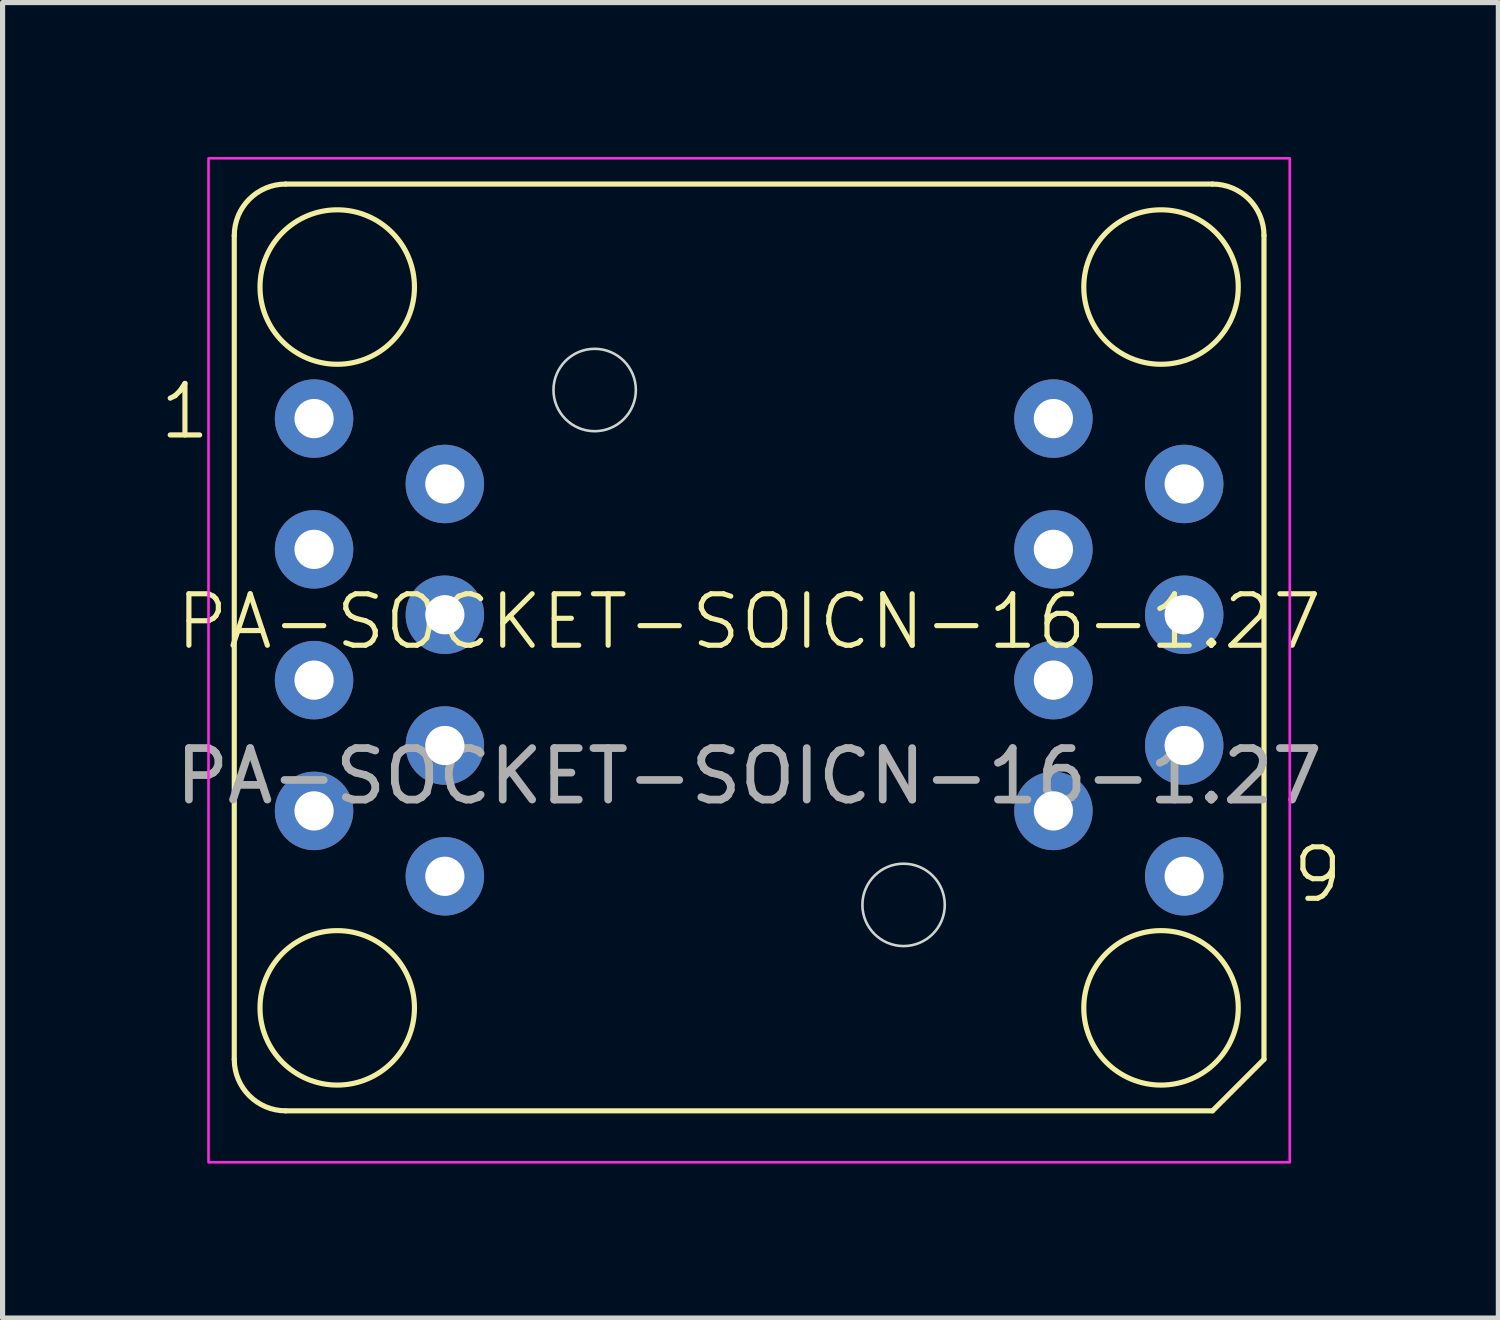
<source format=kicad_pcb>
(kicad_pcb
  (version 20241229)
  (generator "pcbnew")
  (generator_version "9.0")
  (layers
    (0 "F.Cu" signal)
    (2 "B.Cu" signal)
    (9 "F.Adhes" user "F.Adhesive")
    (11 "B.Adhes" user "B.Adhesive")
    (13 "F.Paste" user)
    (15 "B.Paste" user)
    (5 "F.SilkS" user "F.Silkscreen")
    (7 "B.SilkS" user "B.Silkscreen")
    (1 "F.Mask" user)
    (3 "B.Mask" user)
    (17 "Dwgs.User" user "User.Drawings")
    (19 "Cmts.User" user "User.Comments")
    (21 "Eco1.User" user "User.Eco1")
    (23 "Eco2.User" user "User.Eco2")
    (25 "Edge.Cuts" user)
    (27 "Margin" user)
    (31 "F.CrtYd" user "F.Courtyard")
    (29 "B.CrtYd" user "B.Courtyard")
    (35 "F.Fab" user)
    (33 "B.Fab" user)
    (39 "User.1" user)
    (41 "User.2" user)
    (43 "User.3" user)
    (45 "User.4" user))
  (footprint "PA-SOCKET-SOICN-16-1.27"
    (layer "F.Cu")
    (at 11.5 9.525)
    (property "Reference" "PA-SOCKET-SOICN-16-1.27" (at 0 -0.5 0) (unlocked yes) (layer "F.SilkS") (effects (font (size 1 1) (thickness 0.1))))
    (attr through_hole)
    (fp_line (start -10 -8) (end -10 8) (stroke (width 0.1) (type default)) (layer "F.SilkS"))
    (fp_line (start -9 -9) (end 9 -9) (stroke (width 0.1) (type default)) (layer "F.SilkS"))
    (fp_line (start -9 9) (end 9 9) (stroke (width 0.1) (type default)) (layer "F.SilkS"))
    (fp_line (start 9 9) (end 10 8) (stroke (width 0.1) (type default)) (layer "F.SilkS"))
    (fp_line (start 10 8) (end 10 -8) (stroke (width 0.1) (type default)) (layer "F.SilkS"))
    (fp_arc (start -10 -8) (mid -9.707107 -8.707107) (end -9 -9) (stroke (width 0.1) (type default)) (layer "F.SilkS"))
    (fp_arc (start -9 9) (mid -9.707107 8.707107) (end -10 8) (stroke (width 0.1) (type default)) (layer "F.SilkS"))
    (fp_arc (start 9 -9) (mid 9.707107 -8.707107) (end 10 -8) (stroke (width 0.1) (type default)) (layer "F.SilkS"))
    (fp_circle (center -8 -7) (end -6.5 -7) (stroke (width 0.1) (type default)) (fill no) (layer "F.SilkS"))
    (fp_circle (center -8 7) (end -6.5 7) (stroke (width 0.1) (type default)) (fill no) (layer "F.SilkS"))
    (fp_circle (center 8 -7) (end 9.5 -7) (stroke (width 0.1) (type default)) (fill no) (layer "F.SilkS"))
    (fp_circle (center 8 7) (end 9.5 7) (stroke (width 0.1) (type default)) (fill no) (layer "F.SilkS"))
    (fp_circle (center -3 -5) (end -2.2 -5) (stroke (width 0.05) (type default)) (fill no) (layer "Edge.Cuts"))
    (fp_circle (center 3 5) (end 3.8 5) (stroke (width 0.05) (type default)) (fill no) (layer "Edge.Cuts"))
    (fp_rect (start -10.5 -9.5) (end 10.5 10) (stroke (width 0.05) (type default)) (fill no) (layer "F.CrtYd"))
    (fp_text user "1" (at -11.5 -4 0) (unlocked yes) (layer "F.SilkS") (effects (font (size 1 1) (thickness 0.1)) (justify left bottom)))
    (fp_text user "9" (at 10.5 5 0) (unlocked yes) (layer "F.SilkS") (effects (font (size 1 1) (thickness 0.1)) (justify left bottom)))
    (fp_text user "${REFERENCE}" (at 0 2.5 0) (unlocked yes) (layer "F.Fab") (effects (font (size 1 1) (thickness 0.15))))
    (pad "1" thru_hole circle (at -8.45 -4.445) (size 1.524 1.524) (drill 0.762) (layers "*.Cu" "*.Mask"))
    (pad "2" thru_hole circle (at -5.91 -3.175) (size 1.524 1.524) (drill 0.762) (layers "*.Cu" "*.Mask"))
    (pad "3" thru_hole circle (at -8.45 -1.905) (size 1.524 1.524) (drill 0.762) (layers "*.Cu" "*.Mask"))
    (pad "4" thru_hole circle (at -5.91 -0.635) (size 1.524 1.524) (drill 0.762) (layers "*.Cu" "*.Mask"))
    (pad "5" thru_hole circle (at -8.45 0.635) (size 1.524 1.524) (drill 0.762) (layers "*.Cu" "*.Mask"))
    (pad "6" thru_hole circle (at -5.91 1.905) (size 1.524 1.524) (drill 0.762) (layers "*.Cu" "*.Mask"))
    (pad "7" thru_hole circle (at -8.45 3.175) (size 1.524 1.524) (drill 0.762) (layers "*.Cu" "*.Mask"))
    (pad "8" thru_hole circle (at -5.91 4.445) (size 1.524 1.524) (drill 0.762) (layers "*.Cu" "*.Mask"))
    (pad "9" thru_hole circle (at 8.45 4.445) (size 1.524 1.524) (drill 0.762) (layers "*.Cu" "*.Mask"))
    (pad "10" thru_hole circle (at 5.91 3.175) (size 1.524 1.524) (drill 0.762) (layers "*.Cu" "*.Mask"))
    (pad "11" thru_hole circle (at 8.45 1.905) (size 1.524 1.524) (drill 0.762) (layers "*.Cu" "*.Mask"))
    (pad "12" thru_hole circle (at 5.91 0.635) (size 1.524 1.524) (drill 0.762) (layers "*.Cu" "*.Mask"))
    (pad "13" thru_hole circle (at 8.45 -0.635) (size 1.524 1.524) (drill 0.762) (layers "*.Cu" "*.Mask"))
    (pad "14" thru_hole circle (at 5.91 -1.905) (size 1.524 1.524) (drill 0.762) (layers "*.Cu" "*.Mask"))
    (pad "15" thru_hole circle (at 8.45 -3.175) (size 1.524 1.524) (drill 0.762) (layers "*.Cu" "*.Mask"))
    (pad "16" thru_hole circle (at 5.91 -4.445) (size 1.524 1.524) (drill 0.762) (layers "*.Cu" "*.Mask")))
  (gr_rect
    (start -3 -3)
    (end 26.052 22.55)
    (stroke (width 0.1) (type default))
    (fill no)
    (layer "Edge.Cuts")))
</source>
